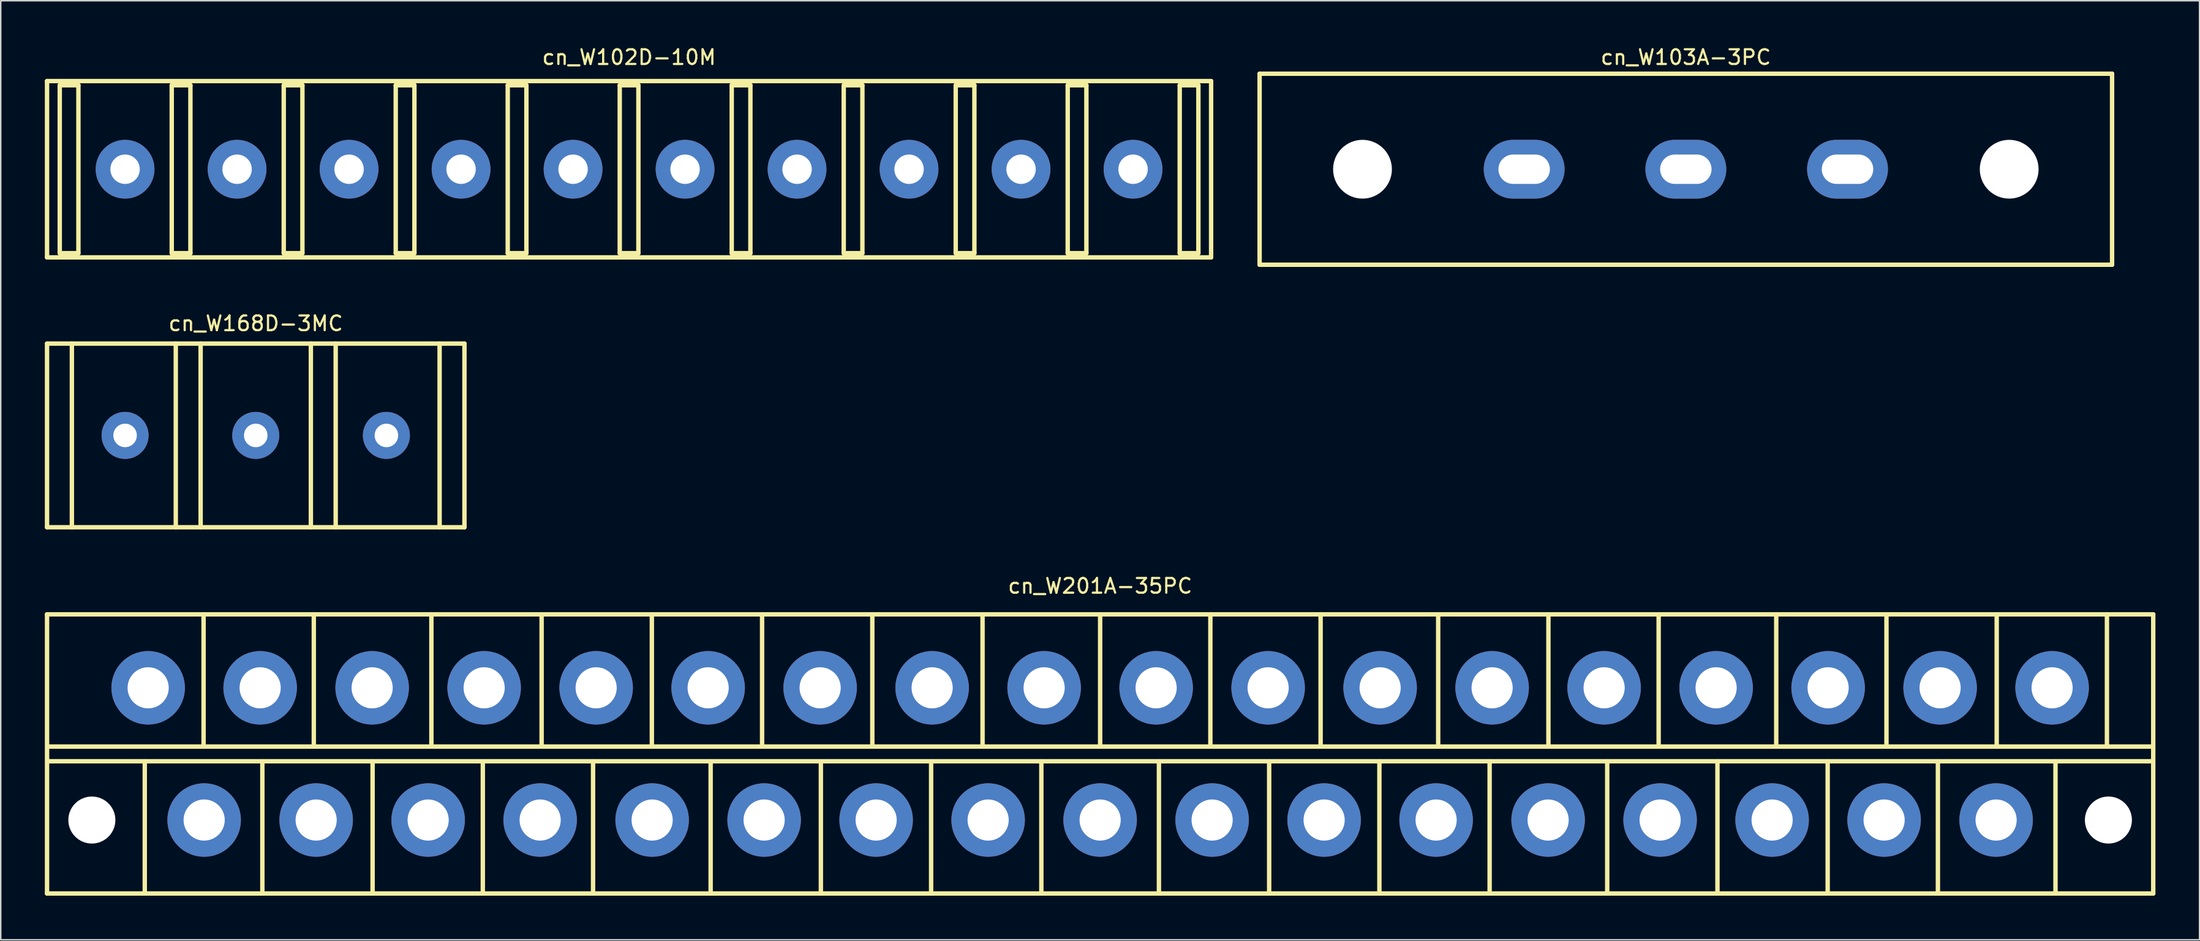
<source format=kicad_pcb>
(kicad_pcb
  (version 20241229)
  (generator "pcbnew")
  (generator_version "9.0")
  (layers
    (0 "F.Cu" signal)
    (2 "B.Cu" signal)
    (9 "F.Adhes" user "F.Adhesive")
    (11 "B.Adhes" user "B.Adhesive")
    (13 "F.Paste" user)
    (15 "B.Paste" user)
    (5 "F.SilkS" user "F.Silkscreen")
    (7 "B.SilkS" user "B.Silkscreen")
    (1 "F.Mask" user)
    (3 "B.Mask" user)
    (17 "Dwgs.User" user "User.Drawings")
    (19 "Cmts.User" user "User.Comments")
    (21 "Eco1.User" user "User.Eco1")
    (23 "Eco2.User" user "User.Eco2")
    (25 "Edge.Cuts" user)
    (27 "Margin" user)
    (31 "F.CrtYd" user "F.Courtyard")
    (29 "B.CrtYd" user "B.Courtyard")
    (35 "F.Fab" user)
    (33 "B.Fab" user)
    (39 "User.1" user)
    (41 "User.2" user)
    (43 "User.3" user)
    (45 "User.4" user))
  (footprint "cn_W201A-35PC"
    (layer "F.Cu")
    (at 71.8 48.265)
    (property "Reference" "cn_W201A-35PC" (at 0 -11.43 0) (layer "F.SilkS") (effects (font (size 1 1) (thickness 0.15))))
    (attr through_hole)
    (fp_line (start -71.65 -9.5) (end -71.65 9.5) (stroke (width 0.3) (type solid)) (layer "F.SilkS"))
    (fp_line (start -71.65 9.5) (end 71.65 9.5) (stroke (width 0.3) (type solid)) (layer "F.SilkS"))
    (fp_line (start -71.5 0.5) (end 71.5 0.5) (stroke (width 0.3) (type solid)) (layer "F.SilkS"))
    (fp_line (start -65 9.5) (end -65 0.5) (stroke (width 0.3) (type solid)) (layer "F.SilkS"))
    (fp_line (start -61 -0.5) (end -61 -9.5) (stroke (width 0.3) (type solid)) (layer "F.SilkS"))
    (fp_line (start -57 9.5) (end -57 0.5) (stroke (width 0.3) (type solid)) (layer "F.SilkS"))
    (fp_line (start -53.5 -0.5) (end -53.5 -9.5) (stroke (width 0.3) (type solid)) (layer "F.SilkS"))
    (fp_line (start -49.5 9.5) (end -49.5 0.5) (stroke (width 0.3) (type solid)) (layer "F.SilkS"))
    (fp_line (start -45.5 -0.5) (end -45.5 -9.5) (stroke (width 0.3) (type solid)) (layer "F.SilkS"))
    (fp_line (start -42 9.5) (end -42 0.5) (stroke (width 0.3) (type solid)) (layer "F.SilkS"))
    (fp_line (start -38 -0.5) (end -38 -9.5) (stroke (width 0.3) (type solid)) (layer "F.SilkS"))
    (fp_line (start -34.5 9.5) (end -34.5 0.5) (stroke (width 0.3) (type solid)) (layer "F.SilkS"))
    (fp_line (start -30.5 -0.5) (end -30.5 -9.5) (stroke (width 0.3) (type solid)) (layer "F.SilkS"))
    (fp_line (start -26.5 9.5) (end -26.5 0.5) (stroke (width 0.3) (type solid)) (layer "F.SilkS"))
    (fp_line (start -23 -0.5) (end -23 -9.5) (stroke (width 0.3) (type solid)) (layer "F.SilkS"))
    (fp_line (start -19 9.5) (end -19 0.5) (stroke (width 0.3) (type solid)) (layer "F.SilkS"))
    (fp_line (start -15.5 -0.5) (end -15.5 -9.5) (stroke (width 0.3) (type solid)) (layer "F.SilkS"))
    (fp_line (start -11.5 9.5) (end -11.5 0.5) (stroke (width 0.3) (type solid)) (layer "F.SilkS"))
    (fp_line (start -8 -0.5) (end -8 -9.5) (stroke (width 0.3) (type solid)) (layer "F.SilkS"))
    (fp_line (start -4 9.5) (end -4 0.5) (stroke (width 0.3) (type solid)) (layer "F.SilkS"))
    (fp_line (start 0 -0.5) (end 0 -9.5) (stroke (width 0.3) (type solid)) (layer "F.SilkS"))
    (fp_line (start 4 9.5) (end 4 0.5) (stroke (width 0.3) (type solid)) (layer "F.SilkS"))
    (fp_line (start 7.5 -0.5) (end 7.5 -9.5) (stroke (width 0.3) (type solid)) (layer "F.SilkS"))
    (fp_line (start 11.5 9.5) (end 11.5 0.5) (stroke (width 0.3) (type solid)) (layer "F.SilkS"))
    (fp_line (start 15 -0.5) (end 15 -9.5) (stroke (width 0.3) (type solid)) (layer "F.SilkS"))
    (fp_line (start 19 9.5) (end 19 0.5) (stroke (width 0.3) (type solid)) (layer "F.SilkS"))
    (fp_line (start 23 -0.5) (end 23 -9.5) (stroke (width 0.3) (type solid)) (layer "F.SilkS"))
    (fp_line (start 26.5 9.5) (end 26.5 0.5) (stroke (width 0.3) (type solid)) (layer "F.SilkS"))
    (fp_line (start 30.5 -0.5) (end 30.5 -9.5) (stroke (width 0.3) (type solid)) (layer "F.SilkS"))
    (fp_line (start 34.5 9.5) (end 34.5 0.5) (stroke (width 0.3) (type solid)) (layer "F.SilkS"))
    (fp_line (start 38 -0.5) (end 38 -9.5) (stroke (width 0.3) (type solid)) (layer "F.SilkS"))
    (fp_line (start 42 9.5) (end 42 0.5) (stroke (width 0.3) (type solid)) (layer "F.SilkS"))
    (fp_line (start 46 -0.5) (end 46 -9.5) (stroke (width 0.3) (type solid)) (layer "F.SilkS"))
    (fp_line (start 49.5 9.5) (end 49.5 0.5) (stroke (width 0.3) (type solid)) (layer "F.SilkS"))
    (fp_line (start 53.5 -0.5) (end 53.5 -9.5) (stroke (width 0.3) (type solid)) (layer "F.SilkS"))
    (fp_line (start 57 9.5) (end 57 0.5) (stroke (width 0.3) (type solid)) (layer "F.SilkS"))
    (fp_line (start 61 -0.5) (end 61 -9.5) (stroke (width 0.3) (type solid)) (layer "F.SilkS"))
    (fp_line (start 65 9.5) (end 65 0.5) (stroke (width 0.3) (type solid)) (layer "F.SilkS"))
    (fp_line (start 68.5 -0.5) (end 68.5 -9.5) (stroke (width 0.3) (type solid)) (layer "F.SilkS"))
    (fp_line (start 71.5 -0.5) (end -71.5 -0.5) (stroke (width 0.3) (type solid)) (layer "F.SilkS"))
    (fp_line (start 71.65 -9.5) (end -71.65 -9.5) (stroke (width 0.3) (type solid)) (layer "F.SilkS"))
    (fp_line (start 71.65 9.5) (end 71.65 -9.5) (stroke (width 0.3) (type solid)) (layer "F.SilkS"))
    (pad "" np_thru_hole circle (at -68.6 4.5) (size 3.2 3.2) (drill 3.2) (layers "*.Cu" "*.Mask"))
    (pad "" np_thru_hole circle (at 68.6 4.5) (size 3.2 3.2) (drill 3.2) (layers "*.Cu" "*.Mask"))
    (pad "1" thru_hole circle (at -64.77 -4.5) (size 5 5) (drill 2.8) (layers "*.Cu" "*.Mask"))
    (pad "2" thru_hole circle (at -60.96 4.5) (size 5 5) (drill 2.8) (layers "*.Cu" "*.Mask"))
    (pad "3" thru_hole circle (at -57.15 -4.5) (size 5 5) (drill 2.8) (layers "*.Cu" "*.Mask"))
    (pad "4" thru_hole circle (at -53.34 4.5) (size 5 5) (drill 2.8) (layers "*.Cu" "*.Mask"))
    (pad "5" thru_hole circle (at -49.53 -4.5) (size 5 5) (drill 2.8) (layers "*.Cu" "*.Mask"))
    (pad "6" thru_hole circle (at -45.72 4.5) (size 5 5) (drill 2.8) (layers "*.Cu" "*.Mask"))
    (pad "7" thru_hole circle (at -41.91 -4.5) (size 5 5) (drill 2.8) (layers "*.Cu" "*.Mask"))
    (pad "8" thru_hole circle (at -38.1 4.5) (size 5 5) (drill 2.8) (layers "*.Cu" "*.Mask"))
    (pad "9" thru_hole circle (at -34.29 -4.5) (size 5 5) (drill 2.8) (layers "*.Cu" "*.Mask"))
    (pad "10" thru_hole circle (at -30.48 4.5) (size 5 5) (drill 2.8) (layers "*.Cu" "*.Mask"))
    (pad "11" thru_hole circle (at -26.67 -4.5) (size 5 5) (drill 2.8) (layers "*.Cu" "*.Mask"))
    (pad "12" thru_hole circle (at -22.86 4.5) (size 5 5) (drill 2.8) (layers "*.Cu" "*.Mask"))
    (pad "13" thru_hole circle (at -19.05 -4.5) (size 5 5) (drill 2.8) (layers "*.Cu" "*.Mask"))
    (pad "14" thru_hole circle (at -15.24 4.5) (size 5 5) (drill 2.8) (layers "*.Cu" "*.Mask"))
    (pad "15" thru_hole circle (at -11.43 -4.5) (size 5 5) (drill 2.8) (layers "*.Cu" "*.Mask"))
    (pad "16" thru_hole circle (at -7.62 4.5) (size 5 5) (drill 2.8) (layers "*.Cu" "*.Mask"))
    (pad "17" thru_hole circle (at -3.81 -4.5) (size 5 5) (drill 2.8) (layers "*.Cu" "*.Mask"))
    (pad "18" thru_hole circle (at 0 4.5) (size 5 5) (drill 2.8) (layers "*.Cu" "*.Mask"))
    (pad "19" thru_hole circle (at 3.81 -4.5) (size 5 5) (drill 2.8) (layers "*.Cu" "*.Mask"))
    (pad "20" thru_hole circle (at 7.62 4.5) (size 5 5) (drill 2.8) (layers "*.Cu" "*.Mask"))
    (pad "21" thru_hole circle (at 11.43 -4.5) (size 5 5) (drill 2.8) (layers "*.Cu" "*.Mask"))
    (pad "22" thru_hole circle (at 15.24 4.5) (size 5 5) (drill 2.8) (layers "*.Cu" "*.Mask"))
    (pad "23" thru_hole circle (at 19.05 -4.5) (size 5 5) (drill 2.8) (layers "*.Cu" "*.Mask"))
    (pad "24" thru_hole circle (at 22.86 4.5) (size 5 5) (drill 2.8) (layers "*.Cu" "*.Mask"))
    (pad "25" thru_hole circle (at 26.67 -4.5) (size 5 5) (drill 2.8) (layers "*.Cu" "*.Mask"))
    (pad "26" thru_hole circle (at 30.48 4.5) (size 5 5) (drill 2.8) (layers "*.Cu" "*.Mask"))
    (pad "27" thru_hole circle (at 34.29 -4.5) (size 5 5) (drill 2.8) (layers "*.Cu" "*.Mask"))
    (pad "28" thru_hole circle (at 38.1 4.5) (size 5 5) (drill 2.8) (layers "*.Cu" "*.Mask"))
    (pad "29" thru_hole circle (at 41.91 -4.5) (size 5 5) (drill 2.8) (layers "*.Cu" "*.Mask"))
    (pad "30" thru_hole circle (at 45.72 4.5) (size 5 5) (drill 2.8) (layers "*.Cu" "*.Mask"))
    (pad "31" thru_hole circle (at 49.53 -4.5) (size 5 5) (drill 2.8) (layers "*.Cu" "*.Mask"))
    (pad "32" thru_hole circle (at 53.34 4.5) (size 5 5) (drill 2.8) (layers "*.Cu" "*.Mask"))
    (pad "33" thru_hole circle (at 57.15 -4.5) (size 5 5) (drill 2.8) (layers "*.Cu" "*.Mask"))
    (pad "34" thru_hole circle (at 60.96 4.5) (size 5 5) (drill 2.8) (layers "*.Cu" "*.Mask"))
    (pad "35" thru_hole circle (at 64.77 -4.5) (size 5 5) (drill 2.8) (layers "*.Cu" "*.Mask")))
  (footprint "cn_W103A-3PC"
    (layer "F.Cu")
    (at 111.65 8.468)
    (property "Reference" "cn_W103A-3PC" (at 0 -7.62 0) (layer "F.SilkS") (effects (font (size 1 1) (thickness 0.15))))
    (attr through_hole)
    (fp_line (start -29 -6.5) (end -29 6.5) (stroke (width 0.3) (type solid)) (layer "F.SilkS"))
    (fp_line (start -29 6.5) (end 29 6.5) (stroke (width 0.3) (type solid)) (layer "F.SilkS"))
    (fp_line (start 29 -6.5) (end -29 -6.5) (stroke (width 0.3) (type solid)) (layer "F.SilkS"))
    (fp_line (start 29 6.5) (end 29 -6.5) (stroke (width 0.3) (type solid)) (layer "F.SilkS"))
    (pad "" np_thru_hole circle (at -22 0) (size 4 4) (drill 4) (layers "*.Cu" "*.Mask"))
    (pad "" np_thru_hole circle (at 22 0) (size 4 4) (drill 4) (layers "*.Cu" "*.Mask"))
    (pad "1" thru_hole oval (at -11 0) (size 5.5 4) (drill oval 3.5 2) (layers "*.Cu" "*.Mask"))
    (pad "2" thru_hole oval (at 0 0) (size 5.5 4) (drill oval 3.5 2) (layers "*.Cu" "*.Mask"))
    (pad "3" thru_hole oval (at 11 0) (size 5.5 4) (drill oval 3.5 2) (layers "*.Cu" "*.Mask")))
  (footprint "cn_W102D-10M"
    (layer "F.Cu")
    (at 39.75 8.468)
    (property "Reference" "cn_W102D-10M" (at 0 -7.62 0) (layer "F.SilkS") (effects (font (size 1 1) (thickness 0.15))))
    (attr through_hole)
    (fp_line (start -39.6 -6) (end -39.6 6) (stroke (width 0.3) (type solid)) (layer "F.SilkS"))
    (fp_line (start -39.6 -6) (end 39.6 -6) (stroke (width 0.3) (type solid)) (layer "F.SilkS"))
    (fp_line (start -38.735 -5.715) (end -38.735 5.715) (stroke (width 0.3) (type solid)) (layer "F.SilkS"))
    (fp_line (start -38.735 5.715) (end -37.465 5.715) (stroke (width 0.3) (type solid)) (layer "F.SilkS"))
    (fp_line (start -37.465 -5.715) (end -38.735 -5.715) (stroke (width 0.3) (type solid)) (layer "F.SilkS"))
    (fp_line (start -37.465 5.715) (end -37.465 -5.715) (stroke (width 0.3) (type solid)) (layer "F.SilkS"))
    (fp_line (start -31.115 -5.715) (end -31.115 5.715) (stroke (width 0.3) (type solid)) (layer "F.SilkS"))
    (fp_line (start -31.115 5.715) (end -29.845 5.715) (stroke (width 0.3) (type solid)) (layer "F.SilkS"))
    (fp_line (start -29.845 -5.715) (end -31.115 -5.715) (stroke (width 0.3) (type solid)) (layer "F.SilkS"))
    (fp_line (start -29.845 5.715) (end -29.845 -5.715) (stroke (width 0.3) (type solid)) (layer "F.SilkS"))
    (fp_line (start -23.495 -5.715) (end -23.495 5.715) (stroke (width 0.3) (type solid)) (layer "F.SilkS"))
    (fp_line (start -23.495 5.715) (end -22.225 5.715) (stroke (width 0.3) (type solid)) (layer "F.SilkS"))
    (fp_line (start -22.225 -5.715) (end -23.495 -5.715) (stroke (width 0.3) (type solid)) (layer "F.SilkS"))
    (fp_line (start -22.225 5.715) (end -22.225 -5.715) (stroke (width 0.3) (type solid)) (layer "F.SilkS"))
    (fp_line (start -15.875 -5.715) (end -15.875 5.715) (stroke (width 0.3) (type solid)) (layer "F.SilkS"))
    (fp_line (start -15.875 5.715) (end -14.605 5.715) (stroke (width 0.3) (type solid)) (layer "F.SilkS"))
    (fp_line (start -14.605 -5.715) (end -15.875 -5.715) (stroke (width 0.3) (type solid)) (layer "F.SilkS"))
    (fp_line (start -14.605 5.715) (end -14.605 -5.715) (stroke (width 0.3) (type solid)) (layer "F.SilkS"))
    (fp_line (start -8.255 -5.715) (end -8.255 5.715) (stroke (width 0.3) (type solid)) (layer "F.SilkS"))
    (fp_line (start -8.255 5.715) (end -6.985 5.715) (stroke (width 0.3) (type solid)) (layer "F.SilkS"))
    (fp_line (start -6.985 -5.715) (end -8.255 -5.715) (stroke (width 0.3) (type solid)) (layer "F.SilkS"))
    (fp_line (start -6.985 5.715) (end -6.985 -5.715) (stroke (width 0.3) (type solid)) (layer "F.SilkS"))
    (fp_line (start -0.635 -5.715) (end -0.635 5.715) (stroke (width 0.3) (type solid)) (layer "F.SilkS"))
    (fp_line (start -0.635 5.715) (end 0.635 5.715) (stroke (width 0.3) (type solid)) (layer "F.SilkS"))
    (fp_line (start 0.635 -5.715) (end -0.635 -5.715) (stroke (width 0.3) (type solid)) (layer "F.SilkS"))
    (fp_line (start 0.635 5.715) (end 0.635 -5.715) (stroke (width 0.3) (type solid)) (layer "F.SilkS"))
    (fp_line (start 6.985 -5.715) (end 6.985 5.715) (stroke (width 0.3) (type solid)) (layer "F.SilkS"))
    (fp_line (start 6.985 5.715) (end 8.255 5.715) (stroke (width 0.3) (type solid)) (layer "F.SilkS"))
    (fp_line (start 8.255 -5.715) (end 6.985 -5.715) (stroke (width 0.3) (type solid)) (layer "F.SilkS"))
    (fp_line (start 8.255 5.715) (end 8.255 -5.715) (stroke (width 0.3) (type solid)) (layer "F.SilkS"))
    (fp_line (start 14.605 -5.715) (end 14.605 5.715) (stroke (width 0.3) (type solid)) (layer "F.SilkS"))
    (fp_line (start 14.605 5.715) (end 15.875 5.715) (stroke (width 0.3) (type solid)) (layer "F.SilkS"))
    (fp_line (start 15.875 -5.715) (end 14.605 -5.715) (stroke (width 0.3) (type solid)) (layer "F.SilkS"))
    (fp_line (start 15.875 5.715) (end 15.875 -5.715) (stroke (width 0.3) (type solid)) (layer "F.SilkS"))
    (fp_line (start 22.225 -5.715) (end 22.225 5.715) (stroke (width 0.3) (type solid)) (layer "F.SilkS"))
    (fp_line (start 22.225 5.715) (end 23.495 5.715) (stroke (width 0.3) (type solid)) (layer "F.SilkS"))
    (fp_line (start 23.495 -5.715) (end 22.225 -5.715) (stroke (width 0.3) (type solid)) (layer "F.SilkS"))
    (fp_line (start 23.495 5.715) (end 23.495 -5.715) (stroke (width 0.3) (type solid)) (layer "F.SilkS"))
    (fp_line (start 29.845 -5.715) (end 29.845 5.715) (stroke (width 0.3) (type solid)) (layer "F.SilkS"))
    (fp_line (start 29.845 5.715) (end 31.115 5.715) (stroke (width 0.3) (type solid)) (layer "F.SilkS"))
    (fp_line (start 31.115 -5.715) (end 29.845 -5.715) (stroke (width 0.3) (type solid)) (layer "F.SilkS"))
    (fp_line (start 31.115 5.715) (end 31.115 -5.715) (stroke (width 0.3) (type solid)) (layer "F.SilkS"))
    (fp_line (start 37.465 -5.715) (end 37.465 5.715) (stroke (width 0.3) (type solid)) (layer "F.SilkS"))
    (fp_line (start 37.465 5.715) (end 38.735 5.715) (stroke (width 0.3) (type solid)) (layer "F.SilkS"))
    (fp_line (start 38.735 -5.715) (end 37.465 -5.715) (stroke (width 0.3) (type solid)) (layer "F.SilkS"))
    (fp_line (start 38.735 5.715) (end 38.735 -5.715) (stroke (width 0.3) (type solid)) (layer "F.SilkS"))
    (fp_line (start 39.6 -6) (end 39.6 6) (stroke (width 0.3) (type solid)) (layer "F.SilkS"))
    (fp_line (start 39.6 6) (end -39.6 6) (stroke (width 0.3) (type solid)) (layer "F.SilkS"))
    (pad "1" thru_hole circle (at -34.29 0) (size 4 4) (drill 2) (layers "*.Cu" "*.Mask"))
    (pad "2" thru_hole circle (at -26.67 0) (size 4 4) (drill 2) (layers "*.Cu" "*.Mask"))
    (pad "3" thru_hole circle (at -19.05 0) (size 4 4) (drill 2) (layers "*.Cu" "*.Mask"))
    (pad "4" thru_hole circle (at -11.43 0) (size 4 4) (drill 2) (layers "*.Cu" "*.Mask"))
    (pad "5" thru_hole circle (at -3.81 0) (size 4 4) (drill 2) (layers "*.Cu" "*.Mask"))
    (pad "6" thru_hole circle (at 3.81 0) (size 4 4) (drill 2) (layers "*.Cu" "*.Mask"))
    (pad "7" thru_hole circle (at 11.43 0) (size 4 4) (drill 2) (layers "*.Cu" "*.Mask"))
    (pad "8" thru_hole circle (at 19.05 0) (size 4 4) (drill 2) (layers "*.Cu" "*.Mask"))
    (pad "9" thru_hole circle (at 26.67 0) (size 4 4) (drill 2) (layers "*.Cu" "*.Mask"))
    (pad "10" thru_hole circle (at 34.29 0) (size 4 4) (drill 2) (layers "*.Cu" "*.Mask")))
  (footprint "cn_W168D-3MC"
    (layer "F.Cu")
    (at 14.35 26.587)
    (property "Reference" "cn_W168D-3MC" (at 0 -7.62 0) (layer "F.SilkS") (effects (font (size 1 1) (thickness 0.15))))
    (attr through_hole)
    (fp_line (start -14.2 -6.25) (end -14.2 6.25) (stroke (width 0.3) (type solid)) (layer "F.SilkS"))
    (fp_line (start -14.2 6.25) (end 14.2 6.25) (stroke (width 0.3) (type solid)) (layer "F.SilkS"))
    (fp_line (start -12.51 -6.25) (end -12.51 6.25) (stroke (width 0.3) (type solid)) (layer "F.SilkS"))
    (fp_line (start -5.44 -6.25) (end -5.44 6.25) (stroke (width 0.3) (type solid)) (layer "F.SilkS"))
    (fp_line (start -3.75 -6.25) (end -3.75 6.25) (stroke (width 0.3) (type solid)) (layer "F.SilkS"))
    (fp_line (start 3.75 -6.25) (end 3.75 6.25) (stroke (width 0.3) (type solid)) (layer "F.SilkS"))
    (fp_line (start 5.44 -6.25) (end 5.44 6.25) (stroke (width 0.3) (type solid)) (layer "F.SilkS"))
    (fp_line (start 12.51 -6.25) (end 12.51 6.25) (stroke (width 0.3) (type solid)) (layer "F.SilkS"))
    (fp_line (start 14.2 -6.25) (end -14.2 -6.25) (stroke (width 0.3) (type solid)) (layer "F.SilkS"))
    (fp_line (start 14.2 6.25) (end 14.2 -6.25) (stroke (width 0.3) (type solid)) (layer "F.SilkS"))
    (pad "1" thru_hole circle (at -8.89 0) (size 3.2 3.2) (drill 1.6) (layers "*.Cu" "*.Mask"))
    (pad "2" thru_hole circle (at 0 0) (size 3.2 3.2) (drill 1.6) (layers "*.Cu" "*.Mask"))
    (pad "3" thru_hole circle (at 8.89 0) (size 3.2 3.2) (drill 1.6) (layers "*.Cu" "*.Mask")))
  (gr_rect
    (start -3 -3)
    (end 146.6 60.915)
    (stroke (width 0.1) (type default))
    (fill no)
    (layer "Edge.Cuts")))
</source>
